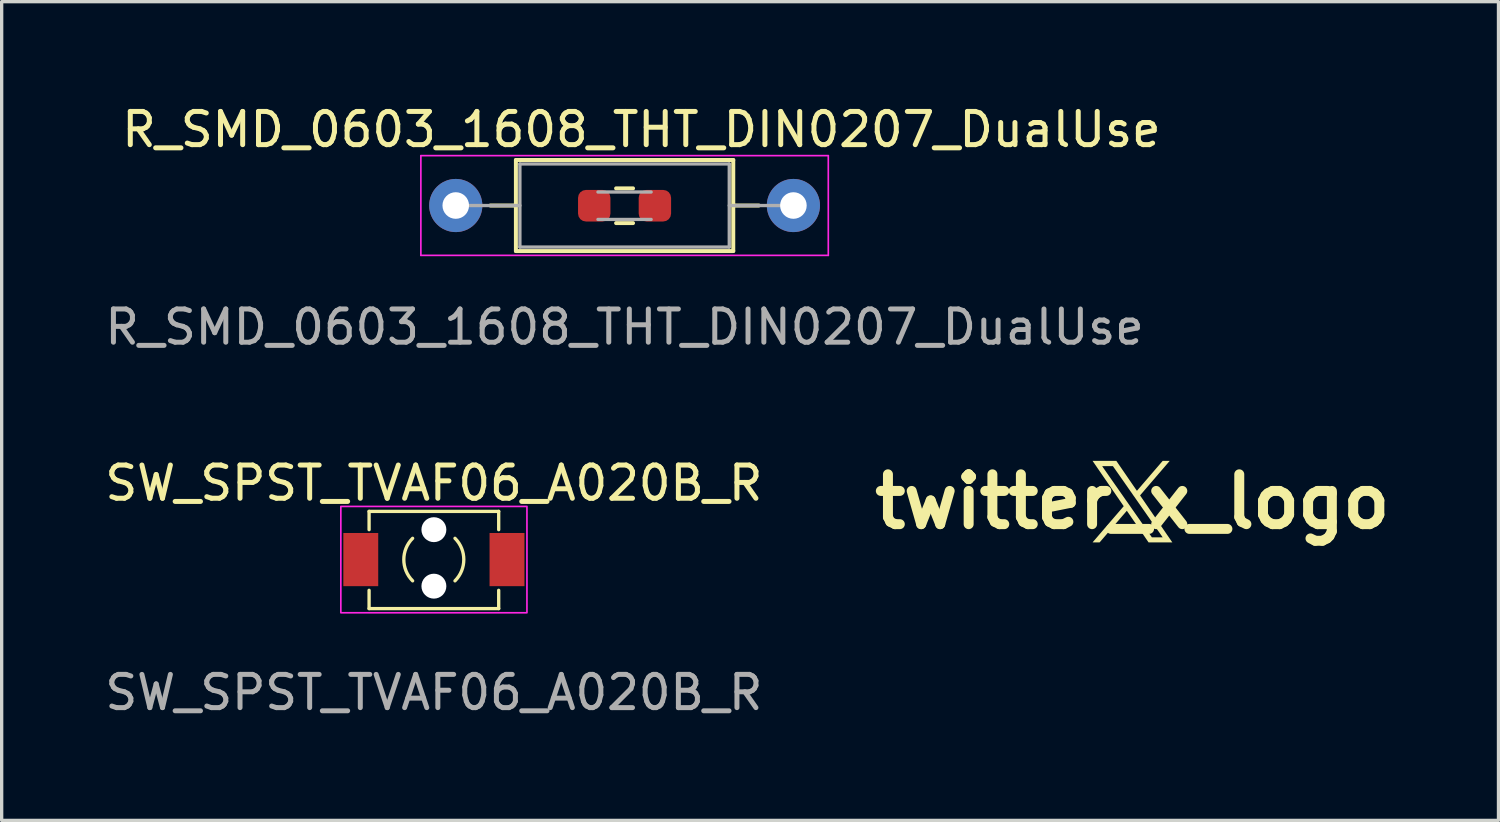
<source format=kicad_pcb>
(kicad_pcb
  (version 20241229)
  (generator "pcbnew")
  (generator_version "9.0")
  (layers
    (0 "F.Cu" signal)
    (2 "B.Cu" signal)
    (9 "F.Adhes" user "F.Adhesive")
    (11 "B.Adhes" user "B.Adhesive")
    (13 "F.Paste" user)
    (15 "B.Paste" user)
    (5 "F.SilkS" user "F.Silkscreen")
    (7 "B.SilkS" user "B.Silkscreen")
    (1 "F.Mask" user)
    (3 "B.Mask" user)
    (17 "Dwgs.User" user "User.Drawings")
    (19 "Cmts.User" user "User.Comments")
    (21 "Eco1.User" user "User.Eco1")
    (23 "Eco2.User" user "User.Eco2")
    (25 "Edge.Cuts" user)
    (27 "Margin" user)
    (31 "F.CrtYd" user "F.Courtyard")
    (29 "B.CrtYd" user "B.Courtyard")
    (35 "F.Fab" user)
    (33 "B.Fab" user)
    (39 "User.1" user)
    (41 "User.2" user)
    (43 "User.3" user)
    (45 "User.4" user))
  (footprint "twitter_x_logo"
    (layer "F.Cu")
    (at 31.026 12.044)
    (property "Reference" "twitter_x_logo" (at 0 0 0) (layer "F.SilkS") (effects (font (size 1.5 1.5) (thickness 0.3))))
    (attr board_only exclude_from_pos_files exclude_from_bom)
    (fp_poly (pts (xy -0.176 -0.776) (xy -0.157 -0.748) (xy -0.139 -0.722) (xy -0.121 -0.695) (xy -0.103 -0.67) (xy -0.086 -0.644) (xy -0.069 -0.62) (xy -0.052 -0.596) (xy -0.036 -0.572) (xy -0.021 -0.55) (xy -0.006 -0.528) (xy 0.009 -0.507) (xy 0.022 -0.487) (xy 0.036 -0.468) (xy 0.048 -0.45) (xy 0.06 -0.433) (xy 0.071 -0.417) (xy 0.081 -0.402) (xy 0.091 -0.388) (xy 0.099 -0.376) (xy 0.107 -0.365) (xy 0.114 -0.355) (xy 0.12 -0.346) (xy 0.125 -0.339) (xy 0.129 -0.333) (xy 0.132 -0.329) (xy 0.134 -0.326) (xy 0.134 -0.325) (xy 0.134 -0.325) (xy 0.135 -0.326) (xy 0.137 -0.328) (xy 0.14 -0.332) (xy 0.145 -0.337) (xy 0.15 -0.344) (xy 0.157 -0.351) (xy 0.165 -0.36) (xy 0.174 -0.37) (xy 0.183 -0.382) (xy 0.194 -0.394) (xy 0.206 -0.408) (xy 0.219 -0.423) (xy 0.232 -0.438) (xy 0.247 -0.455) (xy 0.262 -0.473) (xy 0.278 -0.491) (xy 0.294 -0.511) (xy 0.312 -0.531) (xy 0.33 -0.552) (xy 0.348 -0.573) (xy 0.368 -0.596) (xy 0.387 -0.619) (xy 0.408 -0.642) (xy 0.428 -0.666) (xy 0.45 -0.691) (xy 0.471 -0.716) (xy 0.493 -0.742) (xy 0.516 -0.768) (xy 0.522 -0.776) (xy 0.91 -1.226) (xy 1.015 -1.226) (xy 1.03 -1.226) (xy 1.043 -1.226) (xy 1.057 -1.226) (xy 1.069 -1.226) (xy 1.08 -1.226) (xy 1.09 -1.226) (xy 1.099 -1.226) (xy 1.107 -1.226) (xy 1.113 -1.225) (xy 1.117 -1.225) (xy 1.12 -1.225) (xy 1.121 -1.225) (xy 1.12 -1.224) (xy 1.118 -1.222) (xy 1.115 -1.218) (xy 1.111 -1.213) (xy 1.105 -1.207) (xy 1.098 -1.199) (xy 1.091 -1.19) (xy 1.082 -1.18) (xy 1.072 -1.168) (xy 1.061 -1.155) (xy 1.049 -1.142) (xy 1.036 -1.127) (xy 1.023 -1.111) (xy 1.008 -1.094) (xy 0.993 -1.076) (xy 0.976 -1.057) (xy 0.959 -1.037) (xy 0.942 -1.017) (xy 0.923 -0.995) (xy 0.904 -0.973) (xy 0.884 -0.95) (xy 0.864 -0.926) (xy 0.843 -0.902) (xy 0.822 -0.877) (xy 0.8 -0.852) (xy 0.777 -0.826) (xy 0.755 -0.799) (xy 0.731 -0.772) (xy 0.708 -0.745) (xy 0.684 -0.717) (xy 0.675 -0.706) (xy 0.651 -0.678) (xy 0.627 -0.651) (xy 0.604 -0.624) (xy 0.581 -0.597) (xy 0.558 -0.571) (xy 0.536 -0.545) (xy 0.515 -0.52) (xy 0.493 -0.495) (xy 0.473 -0.471) (xy 0.453 -0.448) (xy 0.434 -0.426) (xy 0.415 -0.404) (xy 0.397 -0.383) (xy 0.38 -0.363) (xy 0.363 -0.344) (xy 0.348 -0.325) (xy 0.333 -0.308) (xy 0.319 -0.292) (xy 0.306 -0.276) (xy 0.293 -0.262) (xy 0.282 -0.249) (xy 0.272 -0.237) (xy 0.263 -0.226) (xy 0.255 -0.217) (xy 0.247 -0.208) (xy 0.241 -0.201) (xy 0.237 -0.196) (xy 0.233 -0.191) (xy 0.231 -0.189) (xy 0.23 -0.187) (xy 0.23 -0.187) (xy 0.23 -0.186) (xy 0.232 -0.184) (xy 0.235 -0.18) (xy 0.238 -0.174) (xy 0.243 -0.167) (xy 0.249 -0.158) (xy 0.256 -0.148) (xy 0.264 -0.137) (xy 0.272 -0.124) (xy 0.282 -0.11) (xy 0.292 -0.095) (xy 0.304 -0.078) (xy 0.316 -0.061) (xy 0.329 -0.042) (xy 0.342 -0.022) (xy 0.357 -0.001) (xy 0.372 0.021) (xy 0.388 0.044) (xy 0.404 0.069) (xy 0.422 0.094) (xy 0.439 0.119) (xy 0.458 0.146) (xy 0.477 0.174) (xy 0.496 0.202) (xy 0.516 0.231) (xy 0.536 0.261) (xy 0.557 0.291) (xy 0.579 0.322) (xy 0.6 0.354) (xy 0.622 0.386) (xy 0.645 0.419) (xy 0.668 0.452) (xy 0.691 0.486) (xy 0.712 0.516) (xy 0.735 0.55) (xy 0.758 0.584) (xy 0.781 0.617) (xy 0.804 0.65) (xy 0.826 0.682) (xy 0.848 0.714) (xy 0.869 0.745) (xy 0.89 0.775) (xy 0.91 0.805) (xy 0.93 0.834) (xy 0.95 0.862) (xy 0.969 0.89) (xy 0.987 0.917) (xy 1.005 0.943) (xy 1.022 0.968) (xy 1.038 0.992) (xy 1.054 1.015) (xy 1.07 1.037) (xy 1.084 1.058) (xy 1.098 1.078) (xy 1.111 1.097) (xy 1.123 1.115) (xy 1.134 1.131) (xy 1.145 1.146) (xy 1.154 1.16) (xy 1.163 1.173) (xy 1.171 1.184) (xy 1.178 1.194) (xy 1.183 1.203) (xy 1.188 1.21) (xy 1.192 1.215) (xy 1.195 1.219) (xy 1.197 1.222) (xy 1.197 1.223) (xy 1.2 1.227) (xy 0.843 1.227) (xy 0.485 1.227) (xy 0.159 0.751) (xy 0.139 0.723) (xy 0.12 0.696) (xy 0.102 0.668) (xy 0.084 0.642) (xy 0.066 0.616) (xy 0.048 0.59) (xy 0.031 0.566) (xy 0.015 0.542) (xy -0.001 0.518) (xy -0.017 0.496) (xy -0.032 0.474) (xy -0.046 0.453) (xy -0.06 0.433) (xy -0.073 0.414) (xy -0.085 0.396) (xy -0.097 0.379) (xy -0.108 0.363) (xy -0.118 0.349) (xy -0.127 0.335) (xy -0.136 0.323) (xy -0.143 0.312) (xy -0.15 0.302) (xy -0.156 0.294) (xy -0.161 0.287) (xy -0.164 0.282) (xy -0.167 0.278) (xy -0.168 0.276) (xy -0.169 0.275) (xy -0.17 0.276) (xy -0.172 0.278) (xy -0.175 0.282) (xy -0.179 0.287) (xy -0.185 0.293) (xy -0.191 0.301) (xy -0.199 0.31) (xy -0.208 0.32) (xy -0.218 0.332) (xy -0.229 0.344) (xy -0.24 0.358) (xy -0.253 0.373) (xy -0.267 0.388) (xy -0.281 0.405) (xy -0.297 0.423) (xy -0.313 0.441) (xy -0.329 0.461) (xy -0.347 0.481) (xy -0.365 0.502) (xy -0.384 0.524) (xy -0.403 0.547) (xy -0.423 0.57) (xy -0.444 0.594) (xy -0.465 0.618) (xy -0.486 0.643) (xy -0.508 0.669) (xy -0.531 0.695) (xy -0.553 0.721) (xy -0.576 0.748) (xy -0.579 0.751) (xy -0.988 1.227) (xy -1.094 1.227) (xy -1.112 1.227) (xy -1.127 1.227) (xy -1.141 1.227) (xy -1.153 1.227) (xy -1.163 1.227) (xy -1.172 1.227) (xy -1.179 1.227) (xy -1.186 1.227) (xy -1.19 1.227) (xy -1.194 1.226) (xy -1.197 1.226) (xy -1.198 1.226) (xy -1.199 1.226) (xy -1.199 1.226) (xy -1.199 1.225) (xy -1.197 1.223) (xy -1.193 1.219) (xy -1.189 1.214) (xy -1.183 1.207) (xy -1.177 1.199) (xy -1.169 1.19) (xy -1.16 1.18) (xy -1.15 1.168) (xy -1.139 1.156) (xy -1.127 1.142) (xy -1.114 1.127) (xy -1.1 1.111) (xy -1.086 1.094) (xy -1.07 1.076) (xy -1.054 1.057) (xy -1.037 1.037) (xy -1.019 1.016) (xy -1 0.994) (xy -0.981 0.972) (xy -0.961 0.949) (xy -0.94 0.925) (xy -0.919 0.9) (xy -0.898 0.875) (xy -0.875 0.849) (xy -0.853 0.823) (xy -0.83 0.796) (xy -0.806 0.769) (xy -0.782 0.741) (xy -0.758 0.713) (xy -0.733 0.684) (xy -0.731 0.681) (xy -0.263 0.138) (xy -0.266 0.134) (xy -0.267 0.132) (xy -0.269 0.129) (xy -0.272 0.125) (xy -0.276 0.119) (xy -0.281 0.111) (xy -0.287 0.103) (xy -0.294 0.092) (xy -0.302 0.081) (xy -0.311 0.068) (xy -0.32 0.054) (xy -0.331 0.039) (xy -0.342 0.023) (xy -0.354 0.006) (xy -0.366 -0.013) (xy -0.38 -0.032) (xy -0.394 -0.052) (xy -0.408 -0.074) (xy -0.423 -0.096) (xy -0.439 -0.118) (xy -0.455 -0.142) (xy -0.472 -0.166) (xy -0.489 -0.191) (xy -0.506 -0.216) (xy -0.524 -0.242) (xy -0.542 -0.269) (xy -0.561 -0.296) (xy -0.58 -0.323) (xy -0.599 -0.351) (xy -0.618 -0.379) (xy -0.638 -0.408) (xy -0.657 -0.436) (xy -0.677 -0.465) (xy -0.697 -0.494) (xy -0.717 -0.523) (xy -0.737 -0.552) (xy -0.757 -0.581) (xy -0.776 -0.61) (xy -0.796 -0.638) (xy -0.816 -0.667) (xy -0.835 -0.695) (xy -0.855 -0.724) (xy -0.874 -0.751) (xy -0.893 -0.779) (xy -0.911 -0.806) (xy -0.93 -0.833) (xy -0.948 -0.859) (xy -0.965 -0.885) (xy -0.983 -0.91) (xy -0.999 -0.934) (xy -1.016 -0.958) (xy -1.032 -0.981) (xy -1.047 -1.003) (xy -1.062 -1.025) (xy -1.076 -1.045) (xy -1.089 -1.065) (xy -1.09 -1.066) (xy -0.911 -1.066) (xy -0.91 -1.065) (xy -0.909 -1.063) (xy -0.906 -1.059) (xy -0.902 -1.053) (xy -0.897 -1.046) (xy -0.891 -1.038) (xy -0.885 -1.028) (xy -0.877 -1.017) (xy -0.868 -1.004) (xy -0.858 -0.991) (xy -0.848 -0.976) (xy -0.837 -0.959) (xy -0.825 -0.942) (xy -0.812 -0.924) (xy -0.798 -0.904) (xy -0.784 -0.884) (xy -0.769 -0.862) (xy -0.753 -0.84) (xy -0.737 -0.817) (xy -0.72 -0.792) (xy -0.703 -0.767) (xy -0.685 -0.742) (xy -0.666 -0.715) (xy -0.647 -0.688) (xy -0.628 -0.66) (xy -0.608 -0.632) (xy -0.588 -0.603) (xy -0.567 -0.573) (xy -0.546 -0.543) (xy -0.525 -0.513) (xy -0.504 -0.483) (xy -0.479 -0.448) (xy -0.454 -0.412) (xy -0.428 -0.375) (xy -0.402 -0.336) (xy -0.374 -0.298) (xy -0.347 -0.258) (xy -0.318 -0.218) (xy -0.29 -0.177) (xy -0.261 -0.136) (xy -0.232 -0.094) (xy -0.203 -0.052) (xy -0.174 -0.011) (xy -0.144 0.031) (xy -0.115 0.073) (xy -0.086 0.114) (xy -0.057 0.156) (xy -0.029 0.196) (xy -0.001 0.237) (xy 0.027 0.276) (xy 0.054 0.315) (xy 0.081 0.354) (xy 0.107 0.391) (xy 0.132 0.427) (xy 0.157 0.462) (xy 0.18 0.496) (xy 0.203 0.528) (xy 0.225 0.559) (xy 0.244 0.587) (xy 0.585 1.075) (xy 0.748 1.075) (xy 0.769 1.075) (xy 0.789 1.075) (xy 0.807 1.075) (xy 0.824 1.075) (xy 0.838 1.075) (xy 0.851 1.075) (xy 0.863 1.075) (xy 0.873 1.075) (xy 0.881 1.075) (xy 0.889 1.075) (xy 0.895 1.075) (xy 0.899 1.074) (xy 0.903 1.074) (xy 0.906 1.074) (xy 0.908 1.074) (xy 0.909 1.074) (xy 0.909 1.074) (xy 0.909 1.074) (xy 0.909 1.073) (xy 0.907 1.07) (xy 0.904 1.066) (xy 0.9 1.061) (xy 0.895 1.054) (xy 0.89 1.045) (xy 0.883 1.035) (xy 0.875 1.024) (xy 0.866 1.012) (xy 0.856 0.998) (xy 0.846 0.982) (xy 0.834 0.966) (xy 0.822 0.948) (xy 0.809 0.93) (xy 0.795 0.91) (xy 0.78 0.889) (xy 0.765 0.867) (xy 0.748 0.844) (xy 0.732 0.82) (xy 0.714 0.795) (xy 0.696 0.769) (xy 0.678 0.742) (xy 0.658 0.714) (xy 0.638 0.686) (xy 0.618 0.657) (xy 0.597 0.627) (xy 0.576 0.597) (xy 0.554 0.566) (xy 0.532 0.534) (xy 0.51 0.502) (xy 0.487 0.469) (xy 0.463 0.436) (xy 0.44 0.402) (xy 0.416 0.368) (xy 0.392 0.333) (xy 0.367 0.298) (xy 0.343 0.263) (xy 0.318 0.228) (xy 0.293 0.192) (xy 0.268 0.156) (xy 0.243 0.12) (xy 0.218 0.084) (xy 0.192 0.048) (xy 0.167 0.011) (xy 0.141 -0.025) (xy 0.116 -0.061) (xy 0.091 -0.097) (xy 0.066 -0.134) (xy 0.04 -0.169) (xy 0.015 -0.205) (xy -0.009 -0.241) (xy -0.034 -0.276) (xy -0.059 -0.311) (xy -0.083 -0.346) (xy -0.107 -0.38) (xy -0.131 -0.414) (xy -0.154 -0.448) (xy -0.177 -0.481) (xy -0.2 -0.513) (xy -0.222 -0.545) (xy -0.244 -0.577) (xy -0.266 -0.608) (xy -0.287 -0.638) (xy -0.307 -0.667) (xy -0.328 -0.696) (xy -0.347 -0.724) (xy -0.366 -0.751) (xy -0.384 -0.777) (xy -0.402 -0.803) (xy -0.419 -0.827) (xy -0.436 -0.851) (xy -0.451 -0.873) (xy -0.467 -0.895) (xy -0.481 -0.915) (xy -0.494 -0.934) (xy -0.507 -0.953) (xy -0.519 -0.97) (xy -0.526 -0.979) (xy -0.587 -1.067) (xy -0.749 -1.067) (xy -0.768 -1.067) (xy -0.787 -1.067) (xy -0.804 -1.067) (xy -0.821 -1.067) (xy -0.836 -1.067) (xy -0.85 -1.067) (xy -0.863 -1.067) (xy -0.875 -1.067) (xy -0.885 -1.067) (xy -0.894 -1.067) (xy -0.901 -1.066) (xy -0.906 -1.066) (xy -0.909 -1.066) (xy -0.911 -1.066) (xy -0.911 -1.066) (xy -1.09 -1.066) (xy -1.102 -1.084) (xy -1.114 -1.101) (xy -1.126 -1.118) (xy -1.137 -1.134) (xy -1.146 -1.148) (xy -1.155 -1.161) (xy -1.164 -1.173) (xy -1.171 -1.184) (xy -1.177 -1.193) (xy -1.183 -1.201) (xy -1.187 -1.208) (xy -1.191 -1.213) (xy -1.193 -1.216) (xy -1.194 -1.218) (xy -1.195 -1.218) (xy -1.2 -1.226) (xy -0.843 -1.226) (xy -0.485 -1.226)) (stroke (width 0) (type solid)) (fill yes) (layer "F.SilkS")))
  (footprint "SW_SPST_TVAF06_A020B_R"
    (layer "F.Cu")
    (at 10.006 13.788)
    (property "Reference" "SW_SPST_TVAF06_A020B_R" (at 0 -2.3 0) (unlocked yes) (layer "F.SilkS") (effects (font (size 1 1) (thickness 0.15))))
    (attr smd)
    (fp_line (start -1.95 -1.45) (end 1.95 -1.45) (stroke (width 0.1) (type default)) (layer "F.SilkS"))
    (fp_line (start -1.95 -0.9) (end -1.95 -1.45) (stroke (width 0.1) (type default)) (layer "F.SilkS"))
    (fp_line (start -1.95 1.475) (end -1.95 0.925) (stroke (width 0.1) (type default)) (layer "F.SilkS"))
    (fp_line (start 1.95 -1.45) (end 1.95 -0.9) (stroke (width 0.1) (type default)) (layer "F.SilkS"))
    (fp_line (start 1.95 0.925) (end 1.95 1.475) (stroke (width 0.1) (type default)) (layer "F.SilkS"))
    (fp_line (start 1.95 1.475) (end -1.95 1.475) (stroke (width 0.1) (type default)) (layer "F.SilkS"))
    (fp_arc (start -0.64 0.64) (mid -0.905097 0) (end -0.64 -0.64) (stroke (width 0.1) (type default)) (layer "F.SilkS"))
    (fp_arc (start 0.634903 -0.64) (mid 0.9 0) (end 0.634903 0.64) (stroke (width 0.1) (type default)) (layer "F.SilkS"))
    (fp_rect (start -2.8 -1.6) (end 2.8 1.6) (stroke (width 0.05) (type default)) (fill no) (layer "F.CrtYd"))
    (fp_text user "${REFERENCE}" (at 0 4 0) (unlocked yes) (layer "F.Fab") (effects (font (size 1 1) (thickness 0.15))))
    (pad "" np_thru_hole circle (at 0 -0.9 90) (size 0.75 0.75) (drill 0.75) (layers "*.Cu" "*.Mask"))
    (pad "" np_thru_hole circle (at 0 0.8 90) (size 0.75 0.75) (drill 0.75) (layers "*.Cu" "*.Mask"))
    (pad "1" smd rect (at -2.2 0 90) (size 1.6 1.05) (layers "F.Cu" "F.Mask" "F.Paste"))
    (pad "2" smd rect (at 2.2 0 270) (size 1.6 1.05) (layers "F.Cu" "F.Mask" "F.Paste")))
  (footprint "R_SMD_0603_1608_THT_DIN0207_DualUse"
    (layer "F.Cu")
    (at 10.664 3.134)
    (property "Reference" "R_SMD_0603_1608_THT_DIN0207_DualUse" (at 5.588 -2.286 0) (unlocked yes) (layer "F.SilkS") (effects (font (size 1 1) (thickness 0.15))))
    (fp_line (start 1.04 0) (end 1.81 0) (stroke (width 0.12) (type solid)) (layer "F.SilkS"))
    (fp_line (start 1.81 -1.37) (end 1.81 1.37) (stroke (width 0.12) (type solid)) (layer "F.SilkS"))
    (fp_line (start 1.81 1.37) (end 8.35 1.37) (stroke (width 0.12) (type solid)) (layer "F.SilkS"))
    (fp_line (start 4.825 -0.516) (end 5.334 -0.516) (stroke (width 0.12) (type solid)) (layer "F.SilkS"))
    (fp_line (start 4.825 0.529) (end 5.334 0.529) (stroke (width 0.12) (type solid)) (layer "F.SilkS"))
    (fp_line (start 8.35 -1.37) (end 1.81 -1.37) (stroke (width 0.12) (type solid)) (layer "F.SilkS"))
    (fp_line (start 8.35 1.37) (end 8.35 -1.37) (stroke (width 0.12) (type solid)) (layer "F.SilkS"))
    (fp_line (start 9.12 0) (end 8.35 0) (stroke (width 0.12) (type solid)) (layer "F.SilkS"))
    (fp_line (start -1.05 -1.5) (end -1.05 1.5) (stroke (width 0.05) (type solid)) (layer "F.CrtYd"))
    (fp_line (start -1.05 1.5) (end 11.21 1.5) (stroke (width 0.05) (type solid)) (layer "F.CrtYd"))
    (fp_line (start 11.21 -1.5) (end -1.05 -1.5) (stroke (width 0.05) (type solid)) (layer "F.CrtYd"))
    (fp_line (start 11.21 1.5) (end 11.21 -1.5) (stroke (width 0.05) (type solid)) (layer "F.CrtYd"))
    (fp_line (start 0 0) (end 1.93 0) (stroke (width 0.1) (type solid)) (layer "F.Fab"))
    (fp_line (start 1.93 -1.25) (end 1.93 1.25) (stroke (width 0.1) (type solid)) (layer "F.Fab"))
    (fp_line (start 1.93 1.25) (end 8.23 1.25) (stroke (width 0.1) (type solid)) (layer "F.Fab"))
    (fp_line (start 4.279 -0.406) (end 5.879 -0.406) (stroke (width 0.1) (type solid)) (layer "F.Fab"))
    (fp_line (start 5.879 0.419) (end 4.279 0.419) (stroke (width 0.1) (type solid)) (layer "F.Fab"))
    (fp_line (start 8.23 -1.25) (end 1.93 -1.25) (stroke (width 0.1) (type solid)) (layer "F.Fab"))
    (fp_line (start 8.23 1.25) (end 8.23 -1.25) (stroke (width 0.1) (type solid)) (layer "F.Fab"))
    (fp_line (start 10.16 0) (end 8.23 0) (stroke (width 0.1) (type solid)) (layer "F.Fab"))
    (fp_text user "${REFERENCE}" (at 5.08 3.658 0) (unlocked yes) (layer "F.Fab") (effects (font (size 1 1) (thickness 0.15))))
    (pad "1" thru_hole circle (at 0 0) (size 1.6 1.6) (drill 0.8) (layers "*.Cu" "*.Mask"))
    (pad "1" smd roundrect (at 4.167 0.006) (size 0.975 0.95) (layers "F.Cu" "F.Mask" "F.Paste") (roundrect_rratio 0.25))
    (pad "2" smd roundrect (at 5.992 0.006) (size 0.975 0.95) (layers "F.Cu" "F.Mask" "F.Paste") (roundrect_rratio 0.25))
    (pad "2" thru_hole oval (at 10.16 0) (size 1.6 1.6) (drill 0.8) (layers "*.Cu" "*.Mask")))
  (gr_rect
    (start -3 -3)
    (end 42.04 21.637)
    (stroke (width 0.1) (type default))
    (fill no)
    (layer "Edge.Cuts")))
</source>
